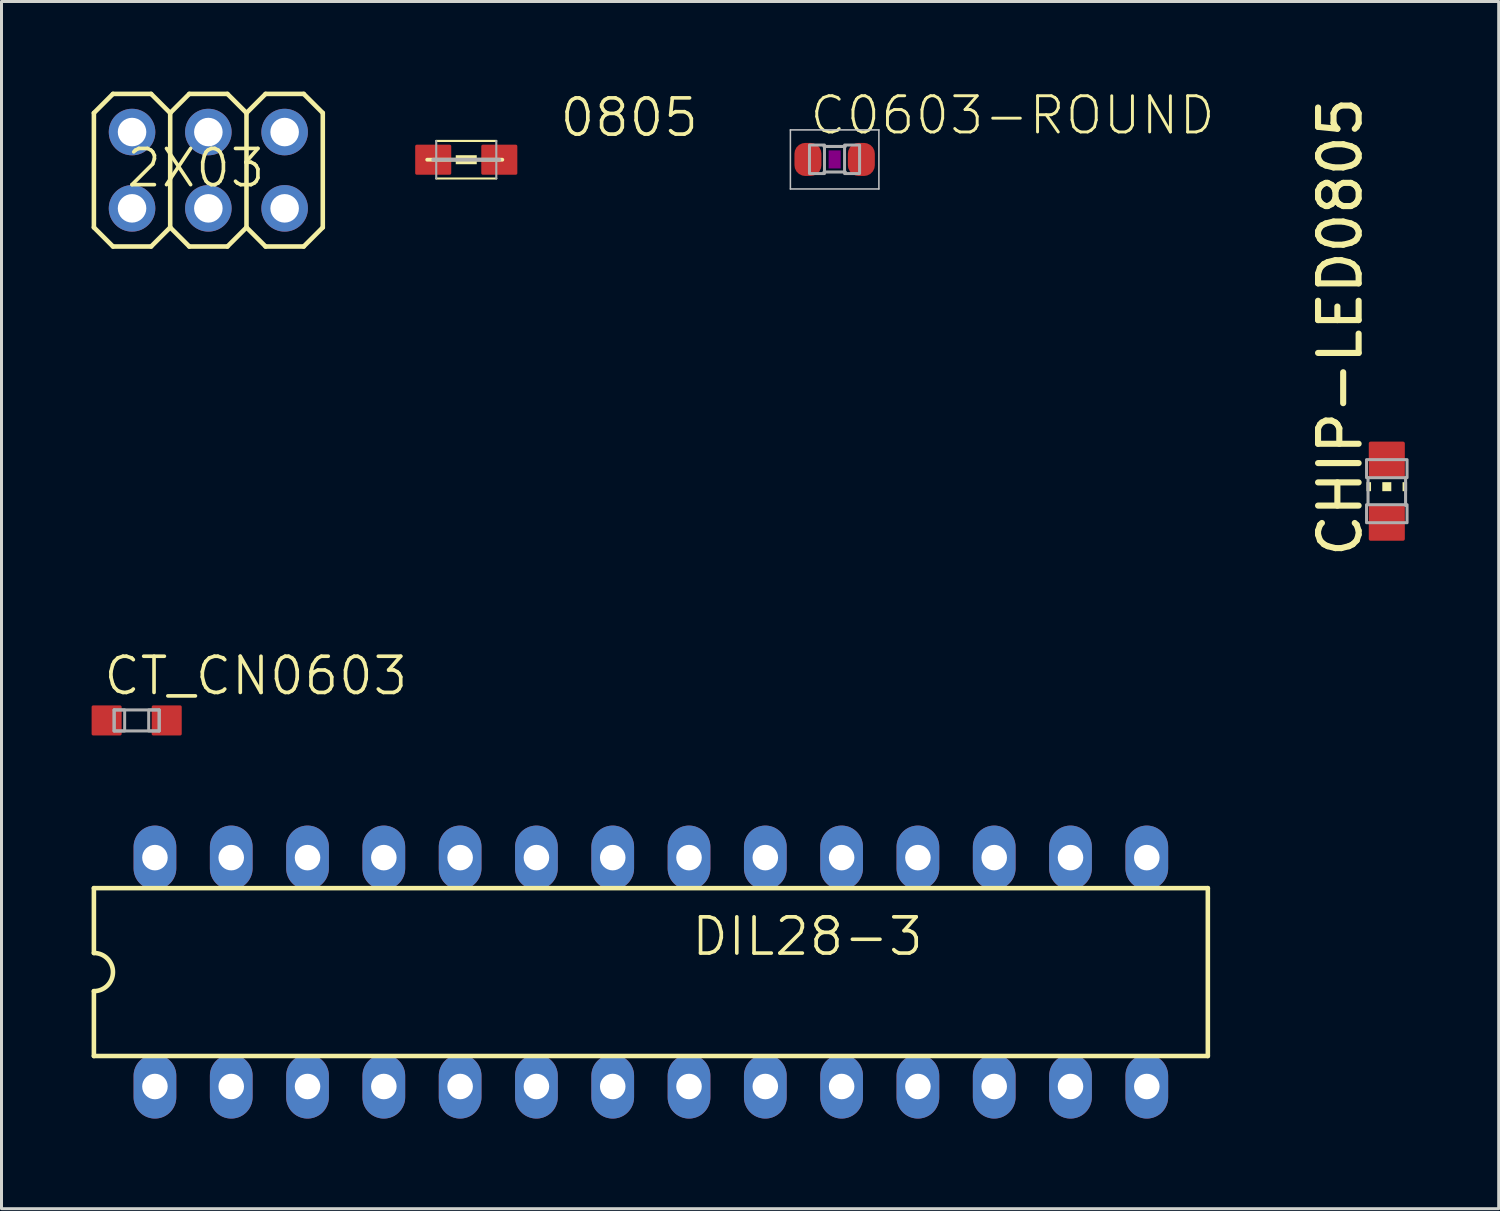
<source format=kicad_pcb>
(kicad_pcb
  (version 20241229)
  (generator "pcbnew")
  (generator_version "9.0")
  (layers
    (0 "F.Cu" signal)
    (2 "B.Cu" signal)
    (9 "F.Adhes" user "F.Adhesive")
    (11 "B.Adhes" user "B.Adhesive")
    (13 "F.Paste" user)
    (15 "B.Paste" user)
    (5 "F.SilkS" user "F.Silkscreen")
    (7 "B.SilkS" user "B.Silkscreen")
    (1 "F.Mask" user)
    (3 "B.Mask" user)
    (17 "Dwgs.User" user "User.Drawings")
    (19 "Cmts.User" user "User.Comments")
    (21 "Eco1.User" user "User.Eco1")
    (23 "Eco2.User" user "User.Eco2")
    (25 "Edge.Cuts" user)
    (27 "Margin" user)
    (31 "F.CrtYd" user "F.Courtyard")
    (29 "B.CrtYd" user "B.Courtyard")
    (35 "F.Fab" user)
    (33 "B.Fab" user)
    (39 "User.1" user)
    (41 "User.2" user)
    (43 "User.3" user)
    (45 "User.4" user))
  (footprint "C0603-ROUND"
    (layer "F.Cu")
    (at 24.736 2.258)
    (property "Reference" "C0603-ROUND" (at -0.889 -0.762 0) (layer "F.SilkS") (effects (font (size 1.206 1.206) (thickness 0.097)) (justify left bottom)))
    (attr through_hole)
    (fp_poly (pts (xy -0.2 0.3) (xy 0.2 0.3) (xy 0.2 -0.3) (xy -0.2 -0.3)) (stroke (width 0) (type solid)) (fill yes) (layer "F.Adhes"))
    (fp_line (start -1.473 -0.983) (end 1.473 -0.983) (stroke (width 0.051) (type solid)) (layer "Dwgs.User"))
    (fp_line (start -1.473 0.983) (end -1.473 -0.983) (stroke (width 0.051) (type solid)) (layer "Dwgs.User"))
    (fp_line (start 1.473 -0.983) (end 1.473 0.983) (stroke (width 0.051) (type solid)) (layer "Dwgs.User"))
    (fp_line (start 1.473 0.983) (end -1.473 0.983) (stroke (width 0.051) (type solid)) (layer "Dwgs.User"))
    (fp_line (start -0.356 -0.432) (end 0.356 -0.432) (stroke (width 0.102) (type solid)) (layer "F.Fab"))
    (fp_line (start -0.356 0.419) (end 0.356 0.419) (stroke (width 0.102) (type solid)) (layer "F.Fab"))
    (fp_poly (pts (xy -0.838 0.47) (xy -0.338 0.47) (xy -0.338 -0.48) (xy -0.838 -0.48)) (stroke (width 0.1) (type solid)) (fill no) (layer "F.Fab"))
    (fp_poly (pts (xy 0.33 0.47) (xy 0.83 0.47) (xy 0.83 -0.48) (xy 0.33 -0.48)) (stroke (width 0.1) (type solid)) (fill no) (layer "F.Fab"))
    (pad "1" smd roundrect (at -0.889 0 90) (size 1.1 0.898) (layers "F.Cu" "F.Mask" "F.Paste") (roundrect_rratio 0.4))
    (pad "2" smd roundrect (at 0.889 0 90) (size 1.1 0.898) (layers "F.Cu" "F.Mask" "F.Paste") (roundrect_rratio 0.4)))
  (footprint "CT_CN0603"
    (layer "F.Cu")
    (at 1.5 20.934)
    (property "Reference" "CT_CN0603" (at -1.167 -0.778 180) (layer "F.SilkS") (effects (font (size 1.206 1.206) (thickness 0.121)) (justify left bottom)))
    (attr through_hole)
    (fp_line (start -0.75 -0.35) (end 0.75 -0.35) (stroke (width 0.102) (type solid)) (layer "F.Fab"))
    (fp_line (start -0.75 0.35) (end -0.75 -0.35) (stroke (width 0.102) (type solid)) (layer "F.Fab"))
    (fp_line (start 0.75 -0.35) (end 0.75 0.35) (stroke (width 0.102) (type solid)) (layer "F.Fab"))
    (fp_line (start 0.75 0.35) (end -0.75 0.35) (stroke (width 0.102) (type solid)) (layer "F.Fab"))
    (fp_poly (pts (xy -0.75 0.35) (xy -0.4 0.35) (xy -0.4 -0.35) (xy -0.75 -0.35)) (stroke (width 0.1) (type solid)) (fill no) (layer "F.Fab"))
    (fp_poly (pts (xy 0.75 -0.35) (xy 0.4 -0.35) (xy 0.4 0.35) (xy 0.75 0.35)) (stroke (width 0.1) (type solid)) (fill no) (layer "F.Fab"))
    (pad "1" smd roundrect (at -1 0) (size 1 1) (layers "F.Cu" "F.Mask" "F.Paste") (roundrect_rratio 0.051))
    (pad "2" smd roundrect (at 1 0) (size 1 1) (layers "F.Cu" "F.Mask" "F.Paste") (roundrect_rratio 0.051)))
  (footprint "DIL28-3"
    (layer "F.Cu")
    (at 18.618 29.311)
    (property "Reference" "DIL28-3" (at 1.288 -0.479 180) (layer "F.SilkS") (effects (font (size 1.206 1.206) (thickness 0.121)) (justify left bottom)))
    (attr through_hole)
    (fp_line (start -18.542 -2.794) (end -18.542 -0.635) (stroke (width 0.152) (type solid)) (layer "F.SilkS"))
    (fp_line (start -18.542 -2.794) (end 18.542 -2.794) (stroke (width 0.152) (type solid)) (layer "F.SilkS"))
    (fp_line (start -18.542 0.635) (end -18.542 2.794) (stroke (width 0.152) (type solid)) (layer "F.SilkS"))
    (fp_line (start -18.542 2.794) (end 18.542 2.794) (stroke (width 0.152) (type solid)) (layer "F.SilkS"))
    (fp_line (start 18.542 -2.794) (end 18.542 2.794) (stroke (width 0.152) (type solid)) (layer "F.SilkS"))
    (fp_arc (start -18.542 -0.635) (mid -17.907 0) (end -18.542 0.635) (stroke (width 0.1524) (type solid)) (layer "F.SilkS"))
    (pad "1" thru_hole oval (at -16.51 3.81 90) (size 2.134 1.422) (drill 0.85) (layers "*.Cu" "*.Mask"))
    (pad "2" thru_hole oval (at -13.97 3.81 90) (size 2.134 1.422) (drill 0.85) (layers "*.Cu" "*.Mask"))
    (pad "3" thru_hole oval (at -11.43 3.81 90) (size 2.134 1.422) (drill 0.85) (layers "*.Cu" "*.Mask"))
    (pad "4" thru_hole oval (at -8.89 3.81 90) (size 2.134 1.422) (drill 0.85) (layers "*.Cu" "*.Mask"))
    (pad "5" thru_hole oval (at -6.35 3.81 90) (size 2.134 1.422) (drill 0.85) (layers "*.Cu" "*.Mask"))
    (pad "6" thru_hole oval (at -3.81 3.81 90) (size 2.134 1.422) (drill 0.85) (layers "*.Cu" "*.Mask"))
    (pad "7" thru_hole oval (at -1.27 3.81 90) (size 2.134 1.422) (drill 0.85) (layers "*.Cu" "*.Mask"))
    (pad "8" thru_hole oval (at 1.27 3.81 90) (size 2.134 1.422) (drill 0.85) (layers "*.Cu" "*.Mask"))
    (pad "9" thru_hole oval (at 3.81 3.81 90) (size 2.134 1.422) (drill 0.85) (layers "*.Cu" "*.Mask"))
    (pad "10" thru_hole oval (at 6.35 3.81 90) (size 2.134 1.422) (drill 0.85) (layers "*.Cu" "*.Mask"))
    (pad "11" thru_hole oval (at 8.89 3.81 90) (size 2.134 1.422) (drill 0.85) (layers "*.Cu" "*.Mask"))
    (pad "12" thru_hole oval (at 11.43 3.81 90) (size 2.134 1.422) (drill 0.85) (layers "*.Cu" "*.Mask"))
    (pad "13" thru_hole oval (at 13.97 3.81 90) (size 2.134 1.422) (drill 0.85) (layers "*.Cu" "*.Mask"))
    (pad "14" thru_hole oval (at 16.51 3.81 90) (size 2.134 1.422) (drill 0.85) (layers "*.Cu" "*.Mask"))
    (pad "15" thru_hole oval (at 16.51 -3.81 90) (size 2.134 1.422) (drill 0.85) (layers "*.Cu" "*.Mask"))
    (pad "16" thru_hole oval (at 13.97 -3.81 90) (size 2.134 1.422) (drill 0.85) (layers "*.Cu" "*.Mask"))
    (pad "17" thru_hole oval (at 11.43 -3.81 90) (size 2.134 1.422) (drill 0.85) (layers "*.Cu" "*.Mask"))
    (pad "18" thru_hole oval (at 8.89 -3.81 90) (size 2.134 1.422) (drill 0.85) (layers "*.Cu" "*.Mask"))
    (pad "19" thru_hole oval (at 6.35 -3.81 90) (size 2.134 1.422) (drill 0.85) (layers "*.Cu" "*.Mask"))
    (pad "20" thru_hole oval (at 3.81 -3.81 90) (size 2.134 1.422) (drill 0.85) (layers "*.Cu" "*.Mask"))
    (pad "21" thru_hole oval (at 1.27 -3.81 90) (size 2.134 1.422) (drill 0.85) (layers "*.Cu" "*.Mask"))
    (pad "22" thru_hole oval (at -1.27 -3.81 90) (size 2.134 1.422) (drill 0.85) (layers "*.Cu" "*.Mask"))
    (pad "23" thru_hole oval (at -3.81 -3.81 90) (size 2.134 1.422) (drill 0.85) (layers "*.Cu" "*.Mask"))
    (pad "24" thru_hole oval (at -6.35 -3.81 90) (size 2.134 1.422) (drill 0.85) (layers "*.Cu" "*.Mask"))
    (pad "25" thru_hole oval (at -8.89 -3.81 90) (size 2.134 1.422) (drill 0.85) (layers "*.Cu" "*.Mask"))
    (pad "26" thru_hole oval (at -11.43 -3.81 90) (size 2.134 1.422) (drill 0.85) (layers "*.Cu" "*.Mask"))
    (pad "27" thru_hole oval (at -13.97 -3.81 90) (size 2.134 1.422) (drill 0.85) (layers "*.Cu" "*.Mask"))
    (pad "28" thru_hole oval (at -16.51 -3.81 90) (size 2.134 1.422) (drill 0.85) (layers "*.Cu" "*.Mask")))
  (footprint "CHIP-LED0805"
    (layer "F.Cu")
    (at 43.118 13.302)
    (property "Reference" "CHIP-LED0805" (at -0.762 2.286 90) (layer "F.SilkS") (effects (font (size 1.351 1.351) (thickness 0.203)) (justify left bottom)))
    (attr through_hole)
    (fp_poly (pts (xy -0.675 0) (xy -0.525 0) (xy -0.525 -0.3) (xy -0.675 -0.3)) (stroke (width 0) (type solid)) (fill yes) (layer "F.SilkS"))
    (fp_poly (pts (xy -0.15 0) (xy 0.15 0) (xy 0.15 -0.3) (xy -0.15 -0.3)) (stroke (width 0) (type solid)) (fill yes) (layer "F.SilkS"))
    (fp_poly (pts (xy 0.525 0) (xy 0.675 0) (xy 0.675 -0.3) (xy 0.525 -0.3)) (stroke (width 0) (type solid)) (fill yes) (layer "F.SilkS"))
    (fp_line (start -0.625 -0.45) (end -0.625 0.45) (stroke (width 0.102) (type solid)) (layer "F.Fab"))
    (fp_line (start 0.625 -0.45) (end 0.625 0.475) (stroke (width 0.102) (type solid)) (layer "F.Fab"))
    (fp_poly (pts (xy -0.675 -0.45) (xy 0.675 -0.45) (xy 0.675 -1.05) (xy -0.675 -1.05)) (stroke (width 0.1) (type solid)) (fill no) (layer "F.Fab"))
    (fp_poly (pts (xy -0.675 1.05) (xy 0.675 1.05) (xy 0.675 0.45) (xy -0.675 0.45)) (stroke (width 0.1) (type solid)) (fill no) (layer "F.Fab"))
    (pad "A" smd roundrect (at 0 1.05) (size 1.2 1.2) (layers "F.Cu" "F.Mask" "F.Paste") (roundrect_rratio 0.05))
    (pad "C" smd roundrect (at 0 -1.05) (size 1.2 1.2) (layers "F.Cu" "F.Mask" "F.Paste") (roundrect_rratio 0.05)))
  (footprint "2X03"
    (layer "F.Cu")
    (at 3.886 2.616)
    (property "Reference" "2X03" (at -2.794 0.635 180) (layer "F.SilkS") (effects (font (size 1.206 1.206) (thickness 0.121)) (justify left bottom)))
    (attr through_hole)
    (fp_line (start -3.81 -1.905) (end -3.175 -2.54) (stroke (width 0.152) (type solid)) (layer "F.SilkS"))
    (fp_line (start -3.81 1.905) (end -3.81 -1.905) (stroke (width 0.152) (type solid)) (layer "F.SilkS"))
    (fp_line (start -3.81 1.905) (end -3.175 2.54) (stroke (width 0.152) (type solid)) (layer "F.SilkS"))
    (fp_line (start -3.175 -2.54) (end -1.905 -2.54) (stroke (width 0.152) (type solid)) (layer "F.SilkS"))
    (fp_line (start -3.175 2.54) (end -1.905 2.54) (stroke (width 0.152) (type solid)) (layer "F.SilkS"))
    (fp_line (start -1.905 -2.54) (end -1.27 -1.905) (stroke (width 0.152) (type solid)) (layer "F.SilkS"))
    (fp_line (start -1.905 2.54) (end -1.27 1.905) (stroke (width 0.152) (type solid)) (layer "F.SilkS"))
    (fp_line (start -1.27 -1.905) (end -1.27 1.905) (stroke (width 0.152) (type solid)) (layer "F.SilkS"))
    (fp_line (start -1.27 -1.905) (end -0.635 -2.54) (stroke (width 0.152) (type solid)) (layer "F.SilkS"))
    (fp_line (start -1.27 1.905) (end -0.635 2.54) (stroke (width 0.152) (type solid)) (layer "F.SilkS"))
    (fp_line (start -0.635 -2.54) (end 0.635 -2.54) (stroke (width 0.152) (type solid)) (layer "F.SilkS"))
    (fp_line (start -0.635 2.54) (end 0.635 2.54) (stroke (width 0.152) (type solid)) (layer "F.SilkS"))
    (fp_line (start 0.635 -2.54) (end 1.27 -1.905) (stroke (width 0.152) (type solid)) (layer "F.SilkS"))
    (fp_line (start 0.635 2.54) (end 1.27 1.905) (stroke (width 0.152) (type solid)) (layer "F.SilkS"))
    (fp_line (start 1.27 -1.905) (end 1.27 1.905) (stroke (width 0.152) (type solid)) (layer "F.SilkS"))
    (fp_line (start 1.27 -1.905) (end 1.905 -2.54) (stroke (width 0.152) (type solid)) (layer "F.SilkS"))
    (fp_line (start 1.27 1.905) (end 1.905 2.54) (stroke (width 0.152) (type solid)) (layer "F.SilkS"))
    (fp_line (start 1.905 -2.54) (end 3.175 -2.54) (stroke (width 0.152) (type solid)) (layer "F.SilkS"))
    (fp_line (start 1.905 2.54) (end 3.175 2.54) (stroke (width 0.152) (type solid)) (layer "F.SilkS"))
    (fp_line (start 3.175 -2.54) (end 3.81 -1.905) (stroke (width 0.152) (type solid)) (layer "F.SilkS"))
    (fp_line (start 3.175 2.54) (end 3.81 1.905) (stroke (width 0.152) (type solid)) (layer "F.SilkS"))
    (fp_line (start 3.81 -1.905) (end 3.81 1.905) (stroke (width 0.152) (type solid)) (layer "F.SilkS"))
    (fp_poly (pts (xy -2.794 -1.016) (xy -2.286 -1.016) (xy -2.286 -1.524) (xy -2.794 -1.524)) (stroke (width 0.1) (type solid)) (fill no) (layer "F.Fab"))
    (fp_poly (pts (xy -2.794 1.524) (xy -2.286 1.524) (xy -2.286 1.016) (xy -2.794 1.016)) (stroke (width 0.1) (type solid)) (fill no) (layer "F.Fab"))
    (fp_poly (pts (xy -0.254 -1.016) (xy 0.254 -1.016) (xy 0.254 -1.524) (xy -0.254 -1.524)) (stroke (width 0.1) (type solid)) (fill no) (layer "F.Fab"))
    (fp_poly (pts (xy -0.254 1.524) (xy 0.254 1.524) (xy 0.254 1.016) (xy -0.254 1.016)) (stroke (width 0.1) (type solid)) (fill no) (layer "F.Fab"))
    (fp_poly (pts (xy 2.286 -1.016) (xy 2.794 -1.016) (xy 2.794 -1.524) (xy 2.286 -1.524)) (stroke (width 0.1) (type solid)) (fill no) (layer "F.Fab"))
    (fp_poly (pts (xy 2.286 1.524) (xy 2.794 1.524) (xy 2.794 1.016) (xy 2.286 1.016)) (stroke (width 0.1) (type solid)) (fill no) (layer "F.Fab"))
    (pad "1" thru_hole circle (at -2.54 1.27) (size 1.55 1.55) (drill 0.95) (layers "*.Cu" "*.Mask"))
    (pad "2" thru_hole circle (at -2.54 -1.27) (size 1.55 1.55) (drill 0.95) (layers "*.Cu" "*.Mask"))
    (pad "3" thru_hole circle (at 0 1.27) (size 1.55 1.55) (drill 0.95) (layers "*.Cu" "*.Mask"))
    (pad "4" thru_hole circle (at 0 -1.27) (size 1.55 1.55) (drill 0.95) (layers "*.Cu" "*.Mask"))
    (pad "5" thru_hole circle (at 2.54 1.27) (size 1.55 1.55) (drill 0.95) (layers "*.Cu" "*.Mask"))
    (pad "6" thru_hole circle (at 2.54 -1.27) (size 1.55 1.55) (drill 0.95) (layers "*.Cu" "*.Mask")))
  (footprint "0805"
    (layer "F.Cu")
    (at 12.472 2.267)
    (property "Reference" "0805" (at 3.048 -0.699 180) (layer "F.SilkS") (effects (font (size 1.206 1.206) (thickness 0.121)) (justify left bottom)))
    (attr through_hole)
    (fp_line (start -1.3 0) (end 1.2 0) (stroke (width 0.127) (type solid)) (layer "F.SilkS"))
    (fp_line (start -1 -0.625) (end 1 -0.625) (stroke (width 0.07) (type solid)) (layer "F.SilkS"))
    (fp_line (start 1 0.625) (end -1 0.625) (stroke (width 0.07) (type solid)) (layer "F.SilkS"))
    (fp_poly (pts (xy -0.35 0.15) (xy 0.35 0.15) (xy 0.35 -0.15) (xy -0.35 -0.15)) (stroke (width 0) (type solid)) (fill yes) (layer "F.SilkS"))
    (fp_line (start -1.1 0) (end 1.1 0) (stroke (width 0.127) (type solid)) (layer "F.Fab"))
    (fp_line (start -1 0.625) (end -1 -0.625) (stroke (width 0.07) (type solid)) (layer "F.Fab"))
    (fp_line (start 1 -0.625) (end 1 0.625) (stroke (width 0.07) (type solid)) (layer "F.Fab"))
    (pad "1" smd roundrect (at -1.1 0) (size 1.2 1) (layers "F.Cu" "F.Mask" "F.Paste") (roundrect_rratio 0.051))
    (pad "2" smd roundrect (at 1.1 0) (size 1.2 1) (layers "F.Cu" "F.Mask" "F.Paste") (roundrect_rratio 0.051)))
  (gr_rect
    (start -3 -3)
    (end 46.843 37.188)
    (stroke (width 0.1) (type default))
    (fill no)
    (layer "Edge.Cuts")))
</source>
